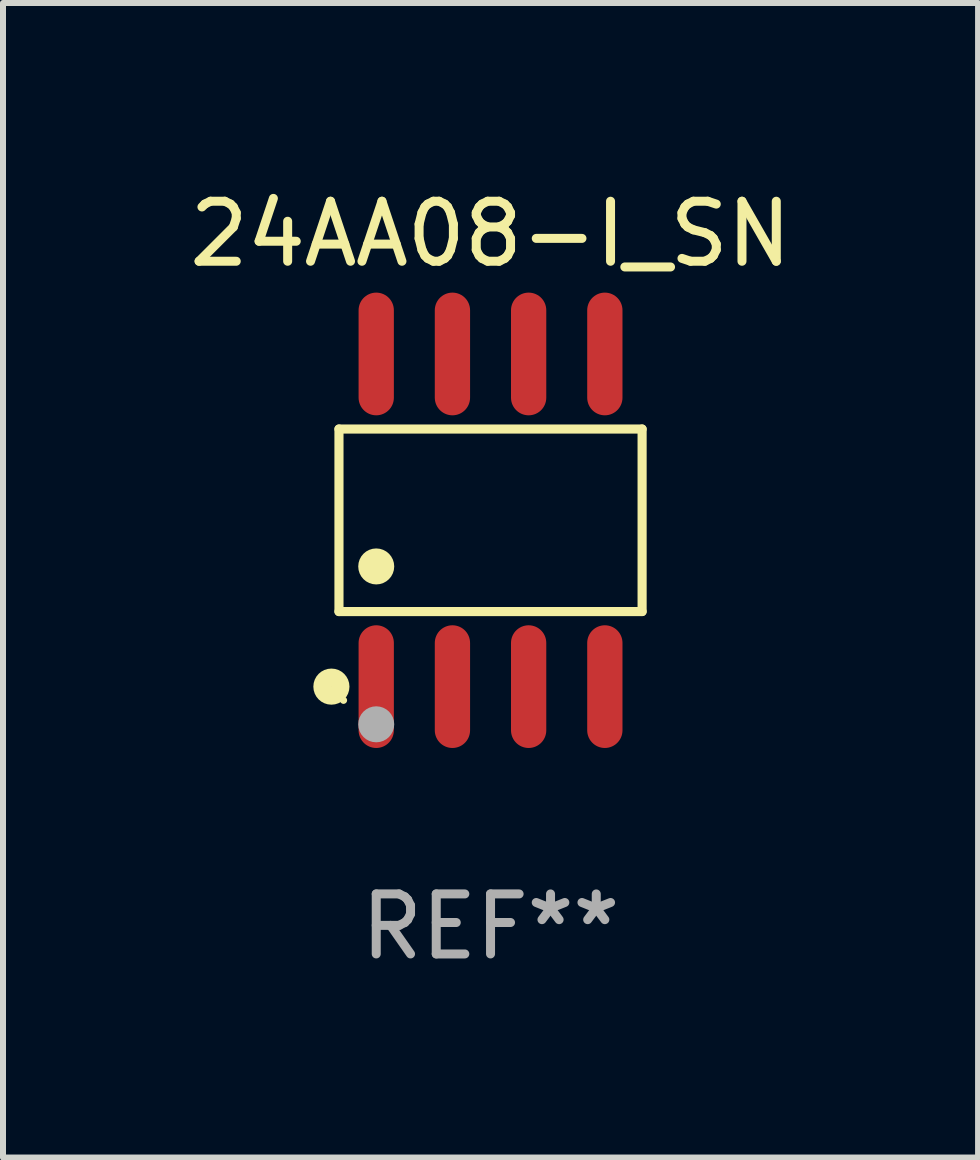
<source format=kicad_pcb>
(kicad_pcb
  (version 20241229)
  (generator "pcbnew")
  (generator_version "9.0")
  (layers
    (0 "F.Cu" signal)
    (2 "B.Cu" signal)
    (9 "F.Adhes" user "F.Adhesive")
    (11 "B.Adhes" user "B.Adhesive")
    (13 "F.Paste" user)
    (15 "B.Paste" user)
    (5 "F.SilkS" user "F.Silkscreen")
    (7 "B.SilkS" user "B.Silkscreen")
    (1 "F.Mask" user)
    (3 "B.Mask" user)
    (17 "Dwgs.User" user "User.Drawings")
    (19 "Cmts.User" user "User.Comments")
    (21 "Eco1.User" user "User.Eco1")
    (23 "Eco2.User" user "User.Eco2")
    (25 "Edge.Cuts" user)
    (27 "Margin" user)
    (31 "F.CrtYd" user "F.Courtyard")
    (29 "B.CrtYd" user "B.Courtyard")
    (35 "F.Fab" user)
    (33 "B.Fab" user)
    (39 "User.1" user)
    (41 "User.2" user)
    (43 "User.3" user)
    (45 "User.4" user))
  (footprint "24AA08-I_SN"
    (layer "F.Cu")
    (at 5.125 5.621)
    (property "Reference" "24AA08-I_SN" (at 0 -4.772 0) (layer "F.SilkS") (effects (font (size 1 1) (thickness 0.15))))
    (attr through_hole)
    (fp_line (start -2.526 -1.521) (end 2.526 -1.521) (stroke (width 0.152) (type solid)) (layer "F.SilkS"))
    (fp_line (start -2.526 1.521) (end -2.526 -1.521) (stroke (width 0.152) (type solid)) (layer "F.SilkS"))
    (fp_line (start 2.526 -1.521) (end 2.526 1.521) (stroke (width 0.152) (type solid)) (layer "F.SilkS"))
    (fp_line (start 2.526 1.521) (end -2.526 1.521) (stroke (width 0.152) (type solid)) (layer "F.SilkS"))
    (fp_circle (center -2.652 2.772) (end -2.501 2.772) (stroke (width 0.3) (type solid)) (fill no) (layer "F.SilkS"))
    (fp_circle (center -2.45 3) (end -2.42 3) (stroke (width 0.06) (type solid)) (fill no) (layer "F.SilkS"))
    (fp_circle (center -1.905 0.769) (end -1.755 0.769) (stroke (width 0.3) (type solid)) (fill no) (layer "F.SilkS"))
    (fp_circle (center -1.905 3.4) (end -1.755 3.4) (stroke (width 0.3) (type solid)) (fill no) (layer "F.Fab"))
    (fp_text user "REF**" (at 0 6.772 0) (layer "F.Fab") (effects (font (size 1 1) (thickness 0.15))))
    (pad "1" smd oval (at -1.905 2.772) (size 0.588 2.045) (layers "F.Cu" "F.Mask" "F.Paste"))
    (pad "2" smd oval (at -0.635 2.772) (size 0.588 2.045) (layers "F.Cu" "F.Mask" "F.Paste"))
    (pad "3" smd oval (at 0.635 2.772) (size 0.588 2.045) (layers "F.Cu" "F.Mask" "F.Paste"))
    (pad "4" smd oval (at 1.905 2.772) (size 0.588 2.045) (layers "F.Cu" "F.Mask" "F.Paste"))
    (pad "5" smd oval (at 1.905 -2.772) (size 0.588 2.045) (layers "F.Cu" "F.Mask" "F.Paste"))
    (pad "6" smd oval (at 0.635 -2.772) (size 0.588 2.045) (layers "F.Cu" "F.Mask" "F.Paste"))
    (pad "7" smd oval (at -0.635 -2.772) (size 0.588 2.045) (layers "F.Cu" "F.Mask" "F.Paste"))
    (pad "8" smd oval (at -1.905 -2.772) (size 0.588 2.045) (layers "F.Cu" "F.Mask" "F.Paste")))
  (gr_rect
    (start -3 -3)
    (end 13.25 16.241)
    (stroke (width 0.1) (type default))
    (fill no)
    (layer "Edge.Cuts")))
</source>
